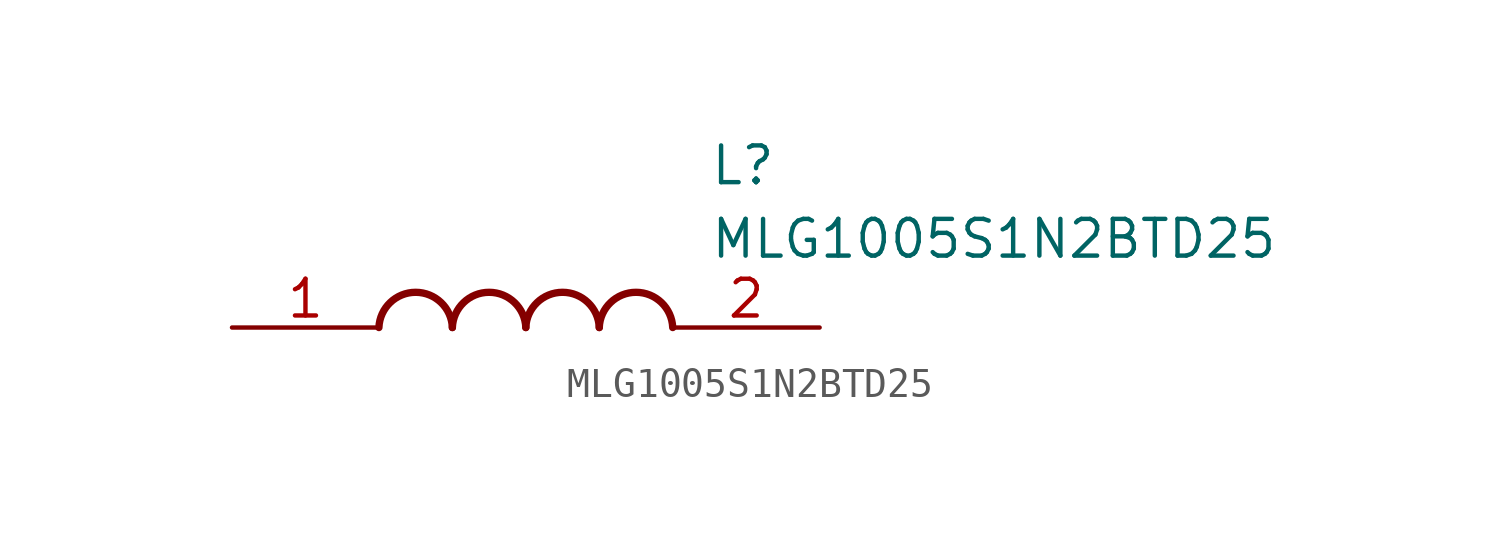
<source format=kicad_sym>
(kicad_symbol_lib
  (version 20211014)
  (generator SamacSys_ECAD_Model)
  (symbol "MLG1005S1N2BTD25"
    (pin_names hide)
    (property "Reference" "L"
      (at 16.51 6.35 0)
      (effects (font (size 1.27 1.27)) (justify left top)))
    (property "Value" "MLG1005S1N2BTD25"
      (at 16.51 3.81 0)
      (effects (font (size 1.27 1.27)) (justify left top)))
    (arc
      (start 7.62 0)
      (mid 6.35 1.219)
      (end 5.08 0)
      (stroke (width 0.254) (type default))
      (fill (type none)))
    (arc
      (start 10.16 0)
      (mid 8.89 1.219)
      (end 7.62 0)
      (stroke (width 0.254) (type default))
      (fill (type none)))
    (arc
      (start 12.7 0)
      (mid 11.43 1.219)
      (end 10.16 0)
      (stroke (width 0.254) (type default))
      (fill (type none)))
    (arc
      (start 15.24 0)
      (mid 13.97 1.219)
      (end 12.7 0)
      (stroke (width 0.254) (type default))
      (fill (type none)))
    (pin passive line
      (at 0 0 0)
      (length 5.08)
      (name "1" (effects (font (size 1.27 1.27))))
      (number "1" (effects (font (size 1.27 1.27)))))
    (pin passive line
      (at 20.32 0 180)
      (length 5.08)
      (name "2" (effects (font (size 1.27 1.27))))
      (number "2" (effects (font (size 1.27 1.27)))))))
</source>
